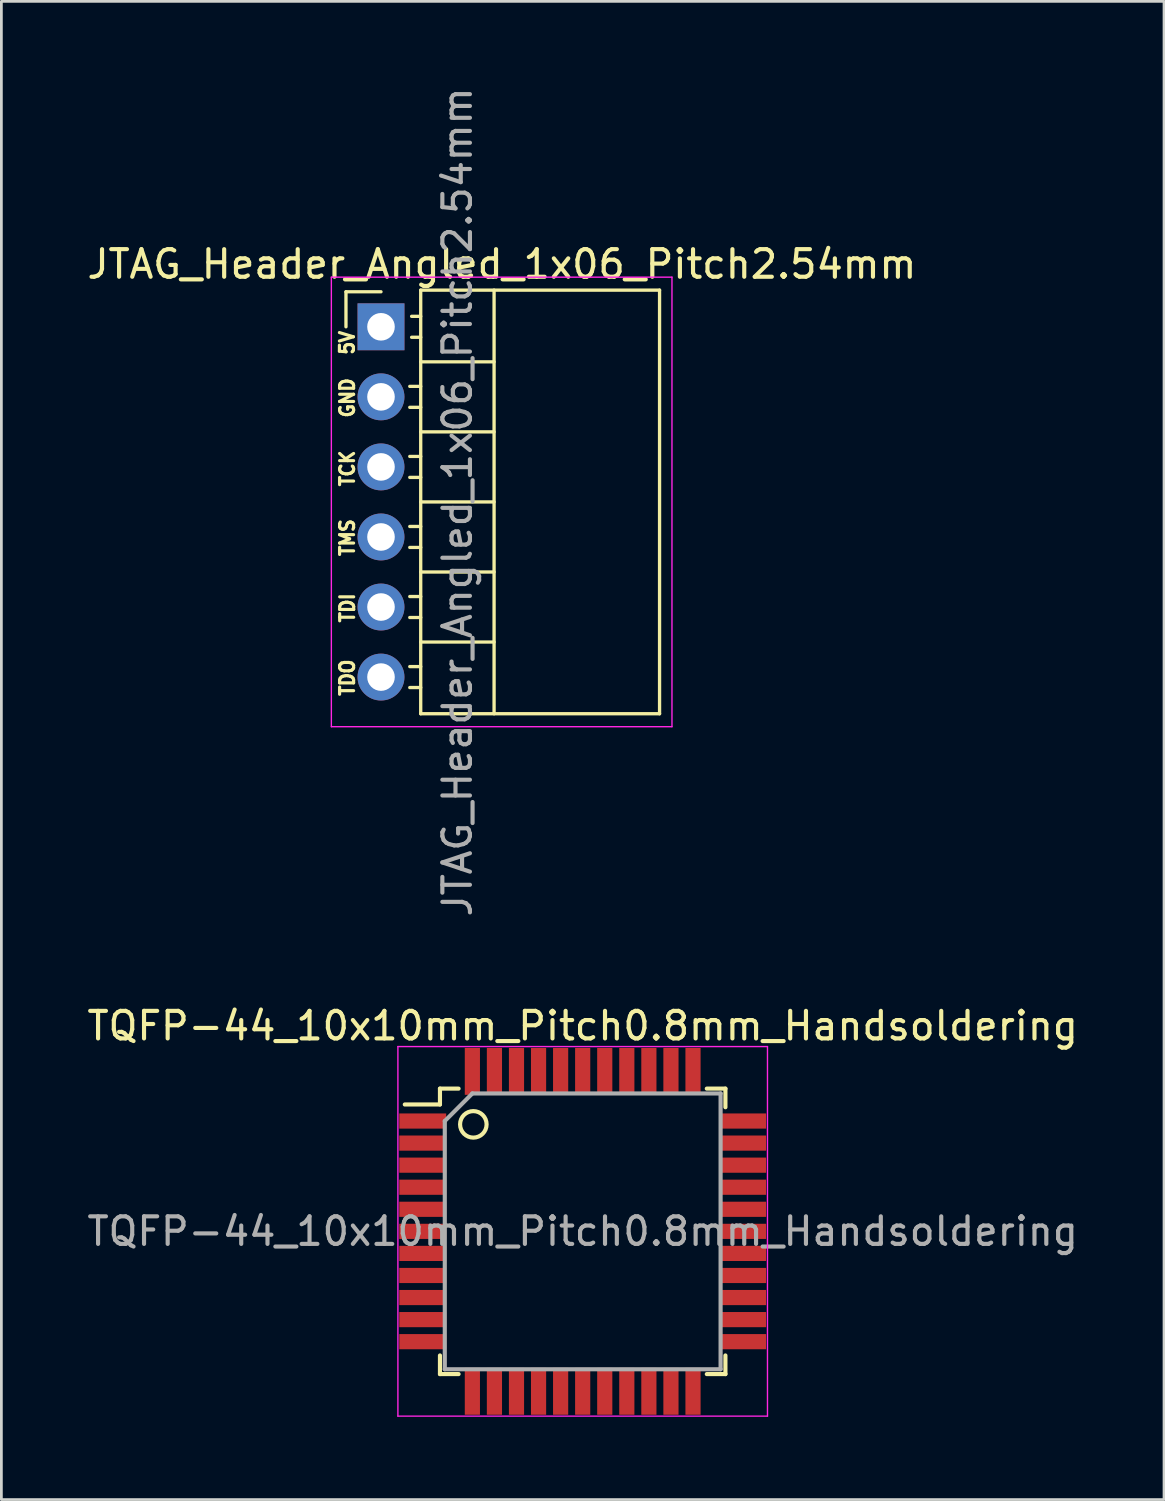
<source format=kicad_pcb>
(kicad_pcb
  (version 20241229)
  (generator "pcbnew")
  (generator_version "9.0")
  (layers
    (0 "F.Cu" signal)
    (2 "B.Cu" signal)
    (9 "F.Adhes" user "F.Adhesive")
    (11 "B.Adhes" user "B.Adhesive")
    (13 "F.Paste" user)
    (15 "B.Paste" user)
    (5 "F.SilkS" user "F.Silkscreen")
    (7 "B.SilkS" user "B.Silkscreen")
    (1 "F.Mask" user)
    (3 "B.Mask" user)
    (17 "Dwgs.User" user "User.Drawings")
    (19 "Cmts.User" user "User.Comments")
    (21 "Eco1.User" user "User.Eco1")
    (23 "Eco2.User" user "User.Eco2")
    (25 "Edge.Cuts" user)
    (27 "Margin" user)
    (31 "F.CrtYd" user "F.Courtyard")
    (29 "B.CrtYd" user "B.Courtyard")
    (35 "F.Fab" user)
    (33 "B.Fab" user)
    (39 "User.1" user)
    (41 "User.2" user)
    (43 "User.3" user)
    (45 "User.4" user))
  (footprint "JTAG_Header_Angled_1x06_Pitch2.54mm"
    (layer "F.Cu")
    (at 10.764 8.799)
    (property "Reference" "JTAG_Header_Angled_1x06_Pitch2.54mm" (at 4.385 -2.27 0) (layer "F.SilkS") (effects (font (size 1 1) (thickness 0.15))))
    (attr through_hole)
    (fp_line (start -1.27 -1.27) (end 0 -1.27) (stroke (width 0.12) (type solid)) (layer "F.SilkS"))
    (fp_line (start -1.27 0) (end -1.27 -1.27) (stroke (width 0.12) (type solid)) (layer "F.SilkS"))
    (fp_line (start 1.043 2.16) (end 1.44 2.16) (stroke (width 0.12) (type solid)) (layer "F.SilkS"))
    (fp_line (start 1.043 2.92) (end 1.44 2.92) (stroke (width 0.12) (type solid)) (layer "F.SilkS"))
    (fp_line (start 1.043 4.7) (end 1.44 4.7) (stroke (width 0.12) (type solid)) (layer "F.SilkS"))
    (fp_line (start 1.043 5.46) (end 1.44 5.46) (stroke (width 0.12) (type solid)) (layer "F.SilkS"))
    (fp_line (start 1.043 7.24) (end 1.44 7.24) (stroke (width 0.12) (type solid)) (layer "F.SilkS"))
    (fp_line (start 1.043 8) (end 1.44 8) (stroke (width 0.12) (type solid)) (layer "F.SilkS"))
    (fp_line (start 1.043 9.78) (end 1.44 9.78) (stroke (width 0.12) (type solid)) (layer "F.SilkS"))
    (fp_line (start 1.043 10.54) (end 1.44 10.54) (stroke (width 0.12) (type solid)) (layer "F.SilkS"))
    (fp_line (start 1.043 12.32) (end 1.44 12.32) (stroke (width 0.12) (type solid)) (layer "F.SilkS"))
    (fp_line (start 1.043 13.08) (end 1.44 13.08) (stroke (width 0.12) (type solid)) (layer "F.SilkS"))
    (fp_line (start 1.11 -0.38) (end 1.44 -0.38) (stroke (width 0.12) (type solid)) (layer "F.SilkS"))
    (fp_line (start 1.11 0.38) (end 1.44 0.38) (stroke (width 0.12) (type solid)) (layer "F.SilkS"))
    (fp_line (start 1.44 -1.33) (end 1.44 14.03) (stroke (width 0.12) (type solid)) (layer "F.SilkS"))
    (fp_line (start 1.44 1.27) (end 4.1 1.27) (stroke (width 0.12) (type solid)) (layer "F.SilkS"))
    (fp_line (start 1.44 3.81) (end 4.1 3.81) (stroke (width 0.12) (type solid)) (layer "F.SilkS"))
    (fp_line (start 1.44 6.35) (end 4.1 6.35) (stroke (width 0.12) (type solid)) (layer "F.SilkS"))
    (fp_line (start 1.44 8.89) (end 4.1 8.89) (stroke (width 0.12) (type solid)) (layer "F.SilkS"))
    (fp_line (start 1.44 11.43) (end 4.1 11.43) (stroke (width 0.12) (type solid)) (layer "F.SilkS"))
    (fp_line (start 1.44 14.03) (end 10.1 14.03) (stroke (width 0.12) (type solid)) (layer "F.SilkS"))
    (fp_line (start 4.1 14.03) (end 4.1 -1.33) (stroke (width 0.12) (type solid)) (layer "F.SilkS"))
    (fp_line (start 10.1 -1.33) (end 1.44 -1.33) (stroke (width 0.12) (type solid)) (layer "F.SilkS"))
    (fp_line (start 10.1 -1.33) (end 10.1 14.03) (stroke (width 0.12) (type solid)) (layer "F.SilkS"))
    (fp_line (start -1.8 -1.8) (end -1.8 14.5) (stroke (width 0.05) (type solid)) (layer "F.CrtYd"))
    (fp_line (start -1.8 14.5) (end 10.55 14.5) (stroke (width 0.05) (type solid)) (layer "F.CrtYd"))
    (fp_line (start 10.55 -1.8) (end -1.8 -1.8) (stroke (width 0.05) (type solid)) (layer "F.CrtYd"))
    (fp_line (start 10.55 14.5) (end 10.55 -1.8) (stroke (width 0.05) (type solid)) (layer "F.CrtYd"))
    (fp_text user "GND" (at -1.222 2.576 90) (layer "F.SilkS") (effects (font (size 0.508 0.457) (thickness 0.114))))
    (fp_text user "TDO" (at -1.222 12.725 90) (layer "F.SilkS") (effects (font (size 0.508 0.457) (thickness 0.114))))
    (fp_text user "TCK" (at -1.222 5.136 90) (layer "F.SilkS") (effects (font (size 0.508 0.457) (thickness 0.114))))
    (fp_text user "TDI" (at -1.219 10.193 90) (layer "F.SilkS") (effects (font (size 0.508 0.457) (thickness 0.114))))
    (fp_text user "5V" (at -1.229 0.579 90) (layer "F.SilkS") (effects (font (size 0.508 0.457) (thickness 0.114))))
    (fp_text user "TMS" (at -1.222 7.645 90) (layer "F.SilkS") (effects (font (size 0.508 0.457) (thickness 0.114))))
    (fp_text user "${REFERENCE}" (at 2.77 6.35 90) (layer "F.Fab") (effects (font (size 1 1) (thickness 0.15))))
    (pad "1" thru_hole rect (at 0 0) (size 1.7 1.7) (drill 1) (layers "*.Cu" "*.Mask"))
    (pad "2" thru_hole oval (at 0 2.54) (size 1.7 1.7) (drill 1) (layers "*.Cu" "*.Mask"))
    (pad "3" thru_hole oval (at 0 5.08) (size 1.7 1.7) (drill 1) (layers "*.Cu" "*.Mask"))
    (pad "4" thru_hole oval (at 0 7.62) (size 1.7 1.7) (drill 1) (layers "*.Cu" "*.Mask"))
    (pad "5" thru_hole oval (at 0 10.16) (size 1.7 1.7) (drill 1) (layers "*.Cu" "*.Mask"))
    (pad "6" thru_hole oval (at 0 12.7) (size 1.7 1.7) (drill 1) (layers "*.Cu" "*.Mask")))
  (footprint "TQFP-44_10x10mm_Pitch0.8mm_Handsoldering"
    (layer "F.Cu")
    (at 18.077 41.596)
    (property "Reference" "TQFP-44_10x10mm_Pitch0.8mm_Handsoldering" (at 0 -7.45 0) (layer "F.SilkS") (effects (font (size 1 1) (thickness 0.15))))
    (attr smd)
    (fp_line (start -5.175 -5.175) (end -5.175 -4.6) (stroke (width 0.15) (type solid)) (layer "F.SilkS"))
    (fp_line (start -5.175 -5.175) (end -4.5 -5.175) (stroke (width 0.15) (type solid)) (layer "F.SilkS"))
    (fp_line (start -5.175 -4.6) (end -6.45 -4.6) (stroke (width 0.15) (type solid)) (layer "F.SilkS"))
    (fp_line (start -5.175 5.175) (end -5.175 4.5) (stroke (width 0.15) (type solid)) (layer "F.SilkS"))
    (fp_line (start -5.175 5.175) (end -4.5 5.175) (stroke (width 0.15) (type solid)) (layer "F.SilkS"))
    (fp_line (start 5.175 -5.175) (end 4.5 -5.175) (stroke (width 0.15) (type solid)) (layer "F.SilkS"))
    (fp_line (start 5.175 -5.175) (end 5.175 -4.5) (stroke (width 0.15) (type solid)) (layer "F.SilkS"))
    (fp_line (start 5.175 5.175) (end 4.5 5.175) (stroke (width 0.15) (type solid)) (layer "F.SilkS"))
    (fp_line (start 5.175 5.175) (end 5.175 4.5) (stroke (width 0.15) (type solid)) (layer "F.SilkS"))
    (fp_circle (center -3.965 -3.879) (end -4.43 -3.757) (stroke (width 0.15) (type solid)) (fill no) (layer "F.SilkS"))
    (fp_line (start -6.7 -6.7) (end -6.7 6.7) (stroke (width 0.05) (type solid)) (layer "F.CrtYd"))
    (fp_line (start -6.7 -6.7) (end 6.7 -6.7) (stroke (width 0.05) (type solid)) (layer "F.CrtYd"))
    (fp_line (start -6.7 6.7) (end 6.7 6.7) (stroke (width 0.05) (type solid)) (layer "F.CrtYd"))
    (fp_line (start 6.7 -6.7) (end 6.7 6.7) (stroke (width 0.05) (type solid)) (layer "F.CrtYd"))
    (fp_line (start -5 -4) (end -4 -5) (stroke (width 0.15) (type solid)) (layer "F.Fab"))
    (fp_line (start -5 5) (end -5 -4) (stroke (width 0.15) (type solid)) (layer "F.Fab"))
    (fp_line (start -4 -5) (end 5 -5) (stroke (width 0.15) (type solid)) (layer "F.Fab"))
    (fp_line (start 5 -5) (end 5 5) (stroke (width 0.15) (type solid)) (layer "F.Fab"))
    (fp_line (start 5 5) (end -5 5) (stroke (width 0.15) (type solid)) (layer "F.Fab"))
    (fp_text user "${REFERENCE}" (at 0 0 0) (layer "F.Fab") (effects (font (size 1 1) (thickness 0.15))))
    (pad "1" smd rect (at -5.8 -4) (size 1.7 0.55) (layers "F.Cu" "F.Mask" "F.Paste"))
    (pad "2" smd rect (at -5.8 -3.2) (size 1.7 0.55) (layers "F.Cu" "F.Mask" "F.Paste"))
    (pad "3" smd rect (at -5.8 -2.4) (size 1.7 0.55) (layers "F.Cu" "F.Mask" "F.Paste"))
    (pad "4" smd rect (at -5.8 -1.6) (size 1.7 0.55) (layers "F.Cu" "F.Mask" "F.Paste"))
    (pad "5" smd rect (at -5.8 -0.8) (size 1.7 0.55) (layers "F.Cu" "F.Mask" "F.Paste"))
    (pad "6" smd rect (at -5.8 0) (size 1.7 0.55) (layers "F.Cu" "F.Mask" "F.Paste"))
    (pad "7" smd rect (at -5.8 0.8) (size 1.7 0.55) (layers "F.Cu" "F.Mask" "F.Paste"))
    (pad "8" smd rect (at -5.8 1.6) (size 1.7 0.55) (layers "F.Cu" "F.Mask" "F.Paste"))
    (pad "9" smd rect (at -5.8 2.4) (size 1.7 0.55) (layers "F.Cu" "F.Mask" "F.Paste"))
    (pad "10" smd rect (at -5.8 3.2) (size 1.7 0.55) (layers "F.Cu" "F.Mask" "F.Paste"))
    (pad "11" smd rect (at -5.8 4) (size 1.7 0.55) (layers "F.Cu" "F.Mask" "F.Paste"))
    (pad "12" smd rect (at -4 5.8 90) (size 1.7 0.55) (layers "F.Cu" "F.Mask" "F.Paste"))
    (pad "13" smd rect (at -3.2 5.8 90) (size 1.7 0.55) (layers "F.Cu" "F.Mask" "F.Paste"))
    (pad "14" smd rect (at -2.4 5.8 90) (size 1.7 0.55) (layers "F.Cu" "F.Mask" "F.Paste"))
    (pad "15" smd rect (at -1.6 5.8 90) (size 1.7 0.55) (layers "F.Cu" "F.Mask" "F.Paste"))
    (pad "16" smd rect (at -0.8 5.8 90) (size 1.7 0.55) (layers "F.Cu" "F.Mask" "F.Paste"))
    (pad "17" smd rect (at 0 5.8 90) (size 1.7 0.55) (layers "F.Cu" "F.Mask" "F.Paste"))
    (pad "18" smd rect (at 0.8 5.8 90) (size 1.7 0.55) (layers "F.Cu" "F.Mask" "F.Paste"))
    (pad "19" smd rect (at 1.6 5.8 90) (size 1.7 0.55) (layers "F.Cu" "F.Mask" "F.Paste"))
    (pad "20" smd rect (at 2.4 5.8 90) (size 1.7 0.55) (layers "F.Cu" "F.Mask" "F.Paste"))
    (pad "21" smd rect (at 3.2 5.8 90) (size 1.7 0.55) (layers "F.Cu" "F.Mask" "F.Paste"))
    (pad "22" smd rect (at 4 5.8 90) (size 1.7 0.55) (layers "F.Cu" "F.Mask" "F.Paste"))
    (pad "23" smd rect (at 5.8 4) (size 1.7 0.55) (layers "F.Cu" "F.Mask" "F.Paste"))
    (pad "24" smd rect (at 5.8 3.2) (size 1.7 0.55) (layers "F.Cu" "F.Mask" "F.Paste"))
    (pad "25" smd rect (at 5.8 2.4) (size 1.7 0.55) (layers "F.Cu" "F.Mask" "F.Paste"))
    (pad "26" smd rect (at 5.8 1.6) (size 1.7 0.55) (layers "F.Cu" "F.Mask" "F.Paste"))
    (pad "27" smd rect (at 5.8 0.8) (size 1.7 0.55) (layers "F.Cu" "F.Mask" "F.Paste"))
    (pad "28" smd rect (at 5.8 0) (size 1.7 0.55) (layers "F.Cu" "F.Mask" "F.Paste"))
    (pad "29" smd rect (at 5.8 -0.8) (size 1.7 0.55) (layers "F.Cu" "F.Mask" "F.Paste"))
    (pad "30" smd rect (at 5.8 -1.6) (size 1.7 0.55) (layers "F.Cu" "F.Mask" "F.Paste"))
    (pad "31" smd rect (at 5.8 -2.4) (size 1.7 0.55) (layers "F.Cu" "F.Mask" "F.Paste"))
    (pad "32" smd rect (at 5.8 -3.2) (size 1.7 0.55) (layers "F.Cu" "F.Mask" "F.Paste"))
    (pad "33" smd rect (at 5.8 -4) (size 1.7 0.55) (layers "F.Cu" "F.Mask" "F.Paste"))
    (pad "34" smd rect (at 4 -5.8 90) (size 1.7 0.55) (layers "F.Cu" "F.Mask" "F.Paste"))
    (pad "35" smd rect (at 3.2 -5.8 90) (size 1.7 0.55) (layers "F.Cu" "F.Mask" "F.Paste"))
    (pad "36" smd rect (at 2.4 -5.8 90) (size 1.7 0.55) (layers "F.Cu" "F.Mask" "F.Paste"))
    (pad "37" smd rect (at 1.6 -5.8 90) (size 1.7 0.55) (layers "F.Cu" "F.Mask" "F.Paste"))
    (pad "38" smd rect (at 0.8 -5.8 90) (size 1.7 0.55) (layers "F.Cu" "F.Mask" "F.Paste"))
    (pad "39" smd rect (at 0 -5.8 90) (size 1.7 0.55) (layers "F.Cu" "F.Mask" "F.Paste"))
    (pad "40" smd rect (at -0.8 -5.8 90) (size 1.7 0.55) (layers "F.Cu" "F.Mask" "F.Paste"))
    (pad "41" smd rect (at -1.6 -5.8 90) (size 1.7 0.55) (layers "F.Cu" "F.Mask" "F.Paste"))
    (pad "42" smd rect (at -2.4 -5.8 90) (size 1.7 0.55) (layers "F.Cu" "F.Mask" "F.Paste"))
    (pad "43" smd rect (at -3.2 -5.8 90) (size 1.7 0.55) (layers "F.Cu" "F.Mask" "F.Paste"))
    (pad "44" smd rect (at -4 -5.8 90) (size 1.7 0.55) (layers "F.Cu" "F.Mask" "F.Paste")))
  (gr_rect
    (start -3 -3)
    (end 39.155 51.321)
    (stroke (width 0.1) (type default))
    (fill no)
    (layer "Edge.Cuts")))
</source>
